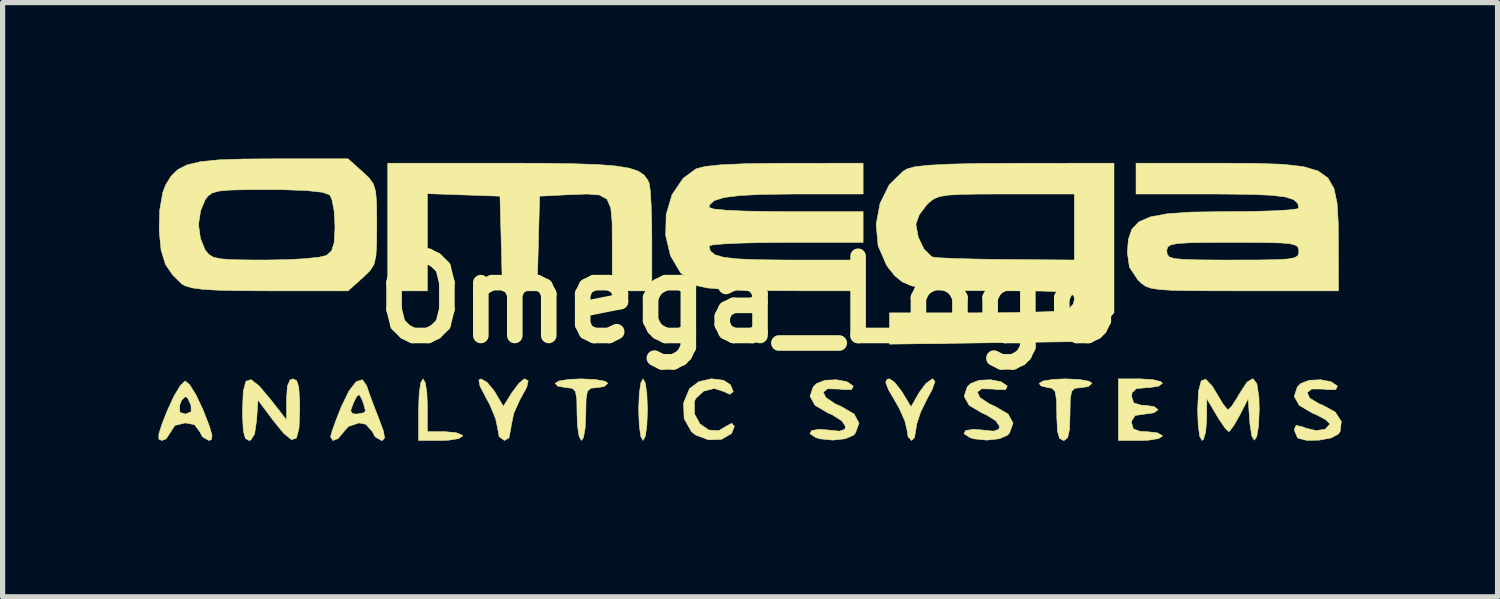
<source format=kicad_pcb>
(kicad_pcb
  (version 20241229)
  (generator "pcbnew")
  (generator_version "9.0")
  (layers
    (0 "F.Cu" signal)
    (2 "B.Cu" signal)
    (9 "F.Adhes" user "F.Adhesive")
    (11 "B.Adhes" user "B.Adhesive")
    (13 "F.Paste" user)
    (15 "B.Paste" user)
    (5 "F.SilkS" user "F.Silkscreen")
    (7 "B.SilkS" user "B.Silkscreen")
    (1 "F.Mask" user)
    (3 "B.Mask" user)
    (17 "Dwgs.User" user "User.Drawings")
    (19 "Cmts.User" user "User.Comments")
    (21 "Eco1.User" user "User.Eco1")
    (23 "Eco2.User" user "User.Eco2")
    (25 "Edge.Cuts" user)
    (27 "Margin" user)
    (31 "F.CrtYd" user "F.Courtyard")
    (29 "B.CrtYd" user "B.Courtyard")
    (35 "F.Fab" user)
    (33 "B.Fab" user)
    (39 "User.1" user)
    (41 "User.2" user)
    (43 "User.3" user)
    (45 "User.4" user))
  (footprint "Omega_Logo"
    (layer "F.Cu")
    (at 11.352 2.714)
    (property "Reference" "Omega_Logo" (at 0 0 0) (layer "F.SilkS") (effects (font (size 1.524 1.524) (thickness 0.3))))
    (attr through_hole)
    (fp_poly (pts (xy -1.989 1.602) (xy -1.959 1.812) (xy -1.947 2.116) (xy -1.947 2.117) (xy -1.959 2.421) (xy -1.989 2.631) (xy -2.032 2.709) (xy -2.032 2.709) (xy -2.075 2.631) (xy -2.105 2.421) (xy -2.117 2.117) (xy -2.117 2.117) (xy -2.105 1.813) (xy -2.075 1.603) (xy -2.032 1.524) (xy -2.032 1.524) (xy -1.989 1.602)) (stroke (width 0.01) (type solid)) (fill yes) (layer "F.SilkS"))
    (fp_poly (pts (xy -6.22 1.601) (xy -6.19 1.803) (xy -6.181 2.032) (xy -6.181 2.54) (xy -5.842 2.54) (xy -5.63 2.559) (xy -5.512 2.606) (xy -5.503 2.625) (xy -5.579 2.673) (xy -5.774 2.704) (xy -5.927 2.709) (xy -6.35 2.709) (xy -6.35 2.117) (xy -6.339 1.813) (xy -6.309 1.603) (xy -6.265 1.524) (xy -6.265 1.524) (xy -6.22 1.601)) (stroke (width 0.01) (type solid)) (fill yes) (layer "F.SilkS"))
    (fp_poly (pts (xy -4.242 1.56) (xy -4.268 1.682) (xy -4.394 1.913) (xy -4.403 1.928) (xy -4.518 2.183) (xy -4.571 2.436) (xy -4.572 2.457) (xy -4.61 2.658) (xy -4.699 2.709) (xy -4.801 2.635) (xy -4.826 2.492) (xy -4.868 2.291) (xy -4.976 2.029) (xy -5.046 1.899) (xy -5.168 1.665) (xy -5.191 1.547) (xy -5.149 1.524) (xy -5.032 1.591) (xy -4.896 1.755) (xy -4.876 1.788) (xy -4.72 2.052) (xy -4.553 1.788) (xy -4.425 1.615) (xy -4.323 1.527) (xy -4.31 1.524) (xy -4.242 1.56)) (stroke (width 0.01) (type solid)) (fill yes) (layer "F.SilkS"))
    (fp_poly (pts (xy 2.807 1.59) (xy 2.934 1.752) (xy 2.96 1.793) (xy 3.123 2.062) (xy 3.276 1.793) (xy 3.406 1.616) (xy 3.527 1.527) (xy 3.543 1.525) (xy 3.584 1.577) (xy 3.524 1.741) (xy 3.437 1.899) (xy 3.308 2.162) (xy 3.229 2.403) (xy 3.217 2.492) (xy 3.189 2.654) (xy 3.133 2.709) (xy 3.066 2.638) (xy 3.048 2.519) (xy 3.004 2.332) (xy 2.894 2.087) (xy 2.839 1.99) (xy 2.691 1.735) (xy 2.635 1.591) (xy 2.664 1.531) (xy 2.711 1.524) (xy 2.807 1.59)) (stroke (width 0.01) (type solid)) (fill yes) (layer "F.SilkS"))
    (fp_poly (pts (xy -2.947 1.537) (xy -2.763 1.57) (xy -2.709 1.609) (xy -2.782 1.672) (xy -2.921 1.693) (xy -3.038 1.704) (xy -3.102 1.763) (xy -3.128 1.909) (xy -3.133 2.184) (xy -3.133 2.201) (xy -3.146 2.472) (xy -3.179 2.655) (xy -3.217 2.709) (xy -3.262 2.632) (xy -3.293 2.431) (xy -3.302 2.201) (xy -3.306 1.92) (xy -3.331 1.768) (xy -3.392 1.706) (xy -3.506 1.693) (xy -3.514 1.693) (xy -3.673 1.664) (xy -3.725 1.609) (xy -3.648 1.564) (xy -3.447 1.533) (xy -3.217 1.524) (xy -2.947 1.537)) (stroke (width 0.01) (type solid)) (fill yes) (layer "F.SilkS"))
    (fp_poly (pts (xy -0.48 1.552) (xy -0.35 1.638) (xy -0.297 1.769) (xy -0.362 1.821) (xy -0.478 1.768) (xy -0.664 1.708) (xy -0.87 1.762) (xy -1.021 1.904) (xy -1.045 1.966) (xy -1.043 2.199) (xy -0.937 2.391) (xy -0.768 2.508) (xy -0.576 2.52) (xy -0.442 2.44) (xy -0.326 2.378) (xy -0.275 2.436) (xy -0.325 2.566) (xy -0.337 2.58) (xy -0.524 2.688) (xy -0.774 2.696) (xy -1.017 2.606) (xy -1.101 2.54) (xy -1.242 2.289) (xy -1.253 1.989) (xy -1.138 1.712) (xy -0.96 1.578) (xy -0.717 1.522) (xy -0.48 1.552)) (stroke (width 0.01) (type solid)) (fill yes) (layer "F.SilkS"))
    (fp_poly (pts (xy 6.367 1.537) (xy 6.55 1.57) (xy 6.604 1.609) (xy 6.532 1.672) (xy 6.392 1.693) (xy 6.275 1.704) (xy 6.212 1.763) (xy 6.186 1.909) (xy 6.181 2.184) (xy 6.181 2.201) (xy 6.171 2.496) (xy 6.136 2.655) (xy 6.069 2.708) (xy 6.054 2.709) (xy 5.98 2.67) (xy 5.94 2.532) (xy 5.927 2.263) (xy 5.927 2.201) (xy 5.92 1.918) (xy 5.893 1.764) (xy 5.832 1.703) (xy 5.757 1.693) (xy 5.62 1.658) (xy 5.588 1.609) (xy 5.665 1.564) (xy 5.867 1.533) (xy 6.096 1.524) (xy 6.367 1.537)) (stroke (width 0.01) (type solid)) (fill yes) (layer "F.SilkS"))
    (fp_poly (pts (xy -8.694 1.559) (xy -8.655 1.684) (xy -8.638 1.931) (xy -8.636 2.117) (xy -8.65 2.471) (xy -8.699 2.662) (xy -8.794 2.694) (xy -8.946 2.571) (xy -9.149 2.32) (xy -9.44 1.931) (xy -9.466 2.32) (xy -9.505 2.586) (xy -9.579 2.701) (xy -9.614 2.709) (xy -9.681 2.67) (xy -9.72 2.534) (xy -9.735 2.27) (xy -9.737 2.117) (xy -9.722 1.762) (xy -9.672 1.571) (xy -9.573 1.538) (xy -9.416 1.661) (xy -9.198 1.919) (xy -8.89 2.314) (xy -8.89 1.919) (xy -8.874 1.663) (xy -8.821 1.543) (xy -8.763 1.524) (xy -8.694 1.559)) (stroke (width 0.01) (type solid)) (fill yes) (layer "F.SilkS"))
    (fp_poly (pts (xy 7.777 1.539) (xy 7.93 1.578) (xy 7.959 1.609) (xy 7.884 1.665) (xy 7.701 1.693) (xy 7.662 1.693) (xy 7.458 1.712) (xy 7.376 1.786) (xy 7.366 1.863) (xy 7.406 1.987) (xy 7.554 2.03) (xy 7.62 2.032) (xy 7.798 2.057) (xy 7.874 2.116) (xy 7.874 2.117) (xy 7.8 2.176) (xy 7.623 2.201) (xy 7.62 2.201) (xy 7.434 2.228) (xy 7.369 2.327) (xy 7.366 2.371) (xy 7.399 2.487) (xy 7.529 2.534) (xy 7.662 2.54) (xy 7.858 2.561) (xy 7.956 2.614) (xy 7.959 2.625) (xy 7.883 2.673) (xy 7.688 2.704) (xy 7.535 2.709) (xy 7.112 2.709) (xy 7.112 1.524) (xy 7.535 1.524) (xy 7.777 1.539)) (stroke (width 0.01) (type solid)) (fill yes) (layer "F.SilkS"))
    (fp_poly (pts (xy -3.95 -2.623) (xy -3.356 -2.614) (xy -2.894 -2.598) (xy -2.548 -2.57) (xy -2.297 -2.529) (xy -2.125 -2.472) (xy -2.013 -2.396) (xy -1.942 -2.3) (xy -1.915 -2.24) (xy -1.894 -2.103) (xy -1.877 -1.838) (xy -1.866 -1.483) (xy -1.863 -1.136) (xy -1.863 -0.169) (xy -2.625 -0.169) (xy -2.625 -1.057) (xy -2.627 -1.482) (xy -2.653 -1.765) (xy -2.726 -1.933) (xy -2.871 -2.013) (xy -3.115 -2.032) (xy -3.482 -2.017) (xy -3.517 -2.016) (xy -4.022 -1.99) (xy -4.046 -1.079) (xy -4.07 -0.169) (xy -4.736 -0.169) (xy -4.76 -1.079) (xy -4.784 -1.99) (xy -6.181 -2.039) (xy -6.181 -0.169) (xy -6.943 -0.169) (xy -6.943 -2.625) (xy -4.695 -2.625) (xy -3.95 -2.623)) (stroke (width 0.01) (type solid)) (fill yes) (layer "F.SilkS"))
    (fp_poly (pts (xy -10.752 1.639) (xy -10.633 1.831) (xy -10.504 2.103) (xy -10.489 2.138) (xy -10.373 2.438) (xy -10.323 2.613) (xy -10.336 2.694) (xy -10.385 2.709) (xy -10.509 2.638) (xy -10.559 2.54) (xy -10.662 2.404) (xy -10.837 2.371) (xy -11.039 2.42) (xy -11.116 2.54) (xy -11.206 2.678) (xy -11.29 2.709) (xy -11.347 2.683) (xy -11.346 2.583) (xy -11.282 2.383) (xy -11.185 2.138) (xy -11.136 2.032) (xy -10.947 2.032) (xy -10.942 2.168) (xy -10.837 2.201) (xy -10.725 2.157) (xy -10.728 2.032) (xy -10.791 1.895) (xy -10.837 1.863) (xy -10.908 1.933) (xy -10.947 2.032) (xy -11.136 2.032) (xy -11.057 1.859) (xy -10.935 1.656) (xy -10.845 1.567) (xy -10.837 1.566) (xy -10.752 1.639)) (stroke (width 0.01) (type solid)) (fill yes) (layer "F.SilkS"))
    (fp_poly (pts (xy 1.89 1.579) (xy 2.006 1.658) (xy 2.01 1.668) (xy 1.978 1.73) (xy 1.81 1.73) (xy 1.741 1.72) (xy 1.518 1.715) (xy 1.434 1.778) (xy 1.485 1.884) (xy 1.669 2.007) (xy 1.778 2.055) (xy 2.028 2.201) (xy 2.122 2.376) (xy 2.054 2.564) (xy 2.015 2.608) (xy 1.857 2.676) (xy 1.616 2.702) (xy 1.373 2.678) (xy 1.291 2.653) (xy 1.179 2.578) (xy 1.209 2.519) (xy 1.353 2.494) (xy 1.524 2.507) (xy 1.747 2.53) (xy 1.847 2.496) (xy 1.863 2.437) (xy 1.791 2.332) (xy 1.61 2.216) (xy 1.524 2.179) (xy 1.277 2.033) (xy 1.18 1.86) (xy 1.24 1.68) (xy 1.307 1.613) (xy 1.468 1.551) (xy 1.687 1.541) (xy 1.89 1.579)) (stroke (width 0.01) (type solid)) (fill yes) (layer "F.SilkS"))
    (fp_poly (pts (xy 4.853 1.579) (xy 4.969 1.658) (xy 4.973 1.668) (xy 4.942 1.73) (xy 4.773 1.73) (xy 4.705 1.72) (xy 4.482 1.715) (xy 4.397 1.778) (xy 4.449 1.884) (xy 4.633 2.007) (xy 4.741 2.055) (xy 4.991 2.201) (xy 5.085 2.376) (xy 5.018 2.564) (xy 4.978 2.608) (xy 4.821 2.676) (xy 4.579 2.702) (xy 4.336 2.678) (xy 4.255 2.653) (xy 4.142 2.578) (xy 4.172 2.519) (xy 4.317 2.494) (xy 4.487 2.507) (xy 4.711 2.53) (xy 4.81 2.496) (xy 4.826 2.437) (xy 4.754 2.332) (xy 4.573 2.216) (xy 4.487 2.179) (xy 4.241 2.033) (xy 4.144 1.86) (xy 4.204 1.68) (xy 4.27 1.613) (xy 4.432 1.551) (xy 4.65 1.541) (xy 4.853 1.579)) (stroke (width 0.01) (type solid)) (fill yes) (layer "F.SilkS"))
    (fp_poly (pts (xy -7.349 1.655) (xy -7.345 1.668) (xy -7.29 1.83) (xy -7.196 2.081) (xy -7.124 2.265) (xy -7.028 2.523) (xy -7.003 2.66) (xy -7.045 2.708) (xy -7.065 2.709) (xy -7.185 2.639) (xy -7.239 2.54) (xy -7.363 2.398) (xy -7.496 2.371) (xy -7.698 2.439) (xy -7.789 2.54) (xy -7.895 2.67) (xy -7.997 2.71) (xy -8.043 2.641) (xy -8.043 2.639) (xy -8.014 2.529) (xy -7.936 2.312) (xy -7.867 2.138) (xy -7.658 2.138) (xy -7.618 2.195) (xy -7.534 2.201) (xy -7.4 2.175) (xy -7.372 2.138) (xy -7.405 2.013) (xy -7.439 1.918) (xy -7.491 1.825) (xy -7.544 1.867) (xy -7.601 1.982) (xy -7.658 2.138) (xy -7.867 2.138) (xy -7.84 2.068) (xy -7.689 1.756) (xy -7.549 1.577) (xy -7.431 1.54) (xy -7.349 1.655)) (stroke (width 0.01) (type solid)) (fill yes) (layer "F.SilkS"))
    (fp_poly (pts (xy 11.203 1.579) (xy 11.319 1.658) (xy 11.323 1.668) (xy 11.292 1.73) (xy 11.123 1.73) (xy 11.055 1.72) (xy 10.831 1.719) (xy 10.743 1.788) (xy 10.792 1.895) (xy 10.978 2.006) (xy 11.045 2.031) (xy 11.283 2.163) (xy 11.4 2.343) (xy 11.377 2.535) (xy 11.342 2.586) (xy 11.201 2.661) (xy 10.974 2.703) (xy 10.739 2.708) (xy 10.573 2.667) (xy 10.555 2.653) (xy 10.502 2.524) (xy 10.499 2.485) (xy 10.532 2.418) (xy 10.659 2.448) (xy 10.705 2.468) (xy 10.913 2.519) (xy 11.09 2.493) (xy 11.175 2.401) (xy 11.176 2.386) (xy 11.105 2.313) (xy 10.925 2.216) (xy 10.837 2.179) (xy 10.591 2.033) (xy 10.494 1.86) (xy 10.554 1.68) (xy 10.62 1.613) (xy 10.782 1.551) (xy 11 1.541) (xy 11.203 1.579)) (stroke (width 0.01) (type solid)) (fill yes) (layer "F.SilkS"))
    (fp_poly (pts (xy 9.775 1.616) (xy 9.815 1.877) (xy 9.821 2.117) (xy 9.807 2.438) (xy 9.772 2.637) (xy 9.726 2.703) (xy 9.679 2.625) (xy 9.642 2.392) (xy 9.635 2.307) (xy 9.609 1.905) (xy 9.445 2.223) (xy 9.334 2.418) (xy 9.251 2.529) (xy 9.234 2.539) (xy 9.166 2.473) (xy 9.051 2.306) (xy 9 2.222) (xy 8.813 1.905) (xy 8.809 2.307) (xy 8.791 2.542) (xy 8.749 2.687) (xy 8.721 2.709) (xy 8.677 2.631) (xy 8.647 2.421) (xy 8.636 2.117) (xy 8.636 2.117) (xy 8.653 1.757) (xy 8.705 1.562) (xy 8.792 1.53) (xy 8.917 1.663) (xy 9.011 1.82) (xy 9.124 2.008) (xy 9.208 2.11) (xy 9.223 2.117) (xy 9.292 2.049) (xy 9.4 1.882) (xy 9.434 1.82) (xy 9.585 1.588) (xy 9.698 1.519) (xy 9.775 1.616)) (stroke (width 0.01) (type solid)) (fill yes) (layer "F.SilkS"))
    (fp_poly (pts (xy 2.201 -2.032) (xy 0.883 -2.032) (xy 0.284 -2.025) (xy -0.164 -2.004) (xy -0.474 -1.965) (xy -0.665 -1.905) (xy -0.752 -1.824) (xy -0.762 -1.775) (xy -0.68 -1.745) (xy -0.447 -1.721) (xy -0.079 -1.704) (xy 0.405 -1.695) (xy 0.72 -1.693) (xy 2.201 -1.693) (xy 2.201 -1.101) (xy 0.72 -1.101) (xy 0.24 -1.097) (xy -0.175 -1.087) (xy -0.498 -1.071) (xy -0.702 -1.052) (xy -0.762 -1.033) (xy -0.738 -0.936) (xy -0.654 -0.865) (xy -0.487 -0.816) (xy -0.217 -0.784) (xy 0.177 -0.768) (xy 0.715 -0.762) (xy 0.821 -0.762) (xy 2.201 -0.762) (xy 2.201 -0.169) (xy 0.699 -0.171) (xy 0.044 -0.177) (xy -0.451 -0.195) (xy -0.793 -0.225) (xy -0.991 -0.268) (xy -1.013 -0.278) (xy -1.31 -0.515) (xy -1.505 -0.847) (xy -1.597 -1.235) (xy -1.587 -1.638) (xy -1.475 -2.018) (xy -1.26 -2.335) (xy -1.013 -2.516) (xy -0.842 -2.562) (xy -0.529 -2.594) (xy -0.065 -2.615) (xy 0.558 -2.623) (xy 0.699 -2.623) (xy 2.201 -2.625) (xy 2.201 -2.032)) (stroke (width 0.01) (type solid)) (fill yes) (layer "F.SilkS"))
    (fp_poly (pts (xy 7.027 0.251) (xy 6.78 0.528) (xy 6.534 0.804) (xy 2.709 0.856) (xy 2.709 0.254) (xy 4.353 0.254) (xy 4.871 0.251) (xy 5.336 0.244) (xy 5.72 0.233) (xy 5.993 0.22) (xy 6.128 0.204) (xy 6.131 0.203) (xy 6.244 0.085) (xy 6.265 -0.009) (xy 6.256 -0.066) (xy 6.213 -0.108) (xy 6.113 -0.137) (xy 5.933 -0.155) (xy 5.649 -0.165) (xy 5.24 -0.169) (xy 4.763 -0.171) (xy 4.164 -0.174) (xy 3.709 -0.187) (xy 3.372 -0.216) (xy 3.127 -0.267) (xy 2.949 -0.345) (xy 2.812 -0.458) (xy 2.689 -0.61) (xy 2.648 -0.67) (xy 2.489 -1.037) (xy 2.452 -1.447) (xy 2.452 -1.447) (xy 3.217 -1.447) (xy 3.262 -1.199) (xy 3.372 -0.972) (xy 3.514 -0.831) (xy 3.547 -0.818) (xy 3.676 -0.805) (xy 3.941 -0.792) (xy 4.31 -0.782) (xy 4.747 -0.774) (xy 4.974 -0.772) (xy 6.265 -0.762) (xy 6.265 -2.032) (xy 4.949 -2.032) (xy 4.449 -2.031) (xy 4.09 -2.025) (xy 3.843 -2.011) (xy 3.678 -1.985) (xy 3.567 -1.942) (xy 3.481 -1.878) (xy 3.425 -1.824) (xy 3.282 -1.635) (xy 3.218 -1.457) (xy 3.217 -1.447) (xy 2.452 -1.447) (xy 2.527 -1.852) (xy 2.704 -2.209) (xy 2.975 -2.473) (xy 3.051 -2.516) (xy 3.193 -2.556) (xy 3.455 -2.585) (xy 3.848 -2.606) (xy 4.385 -2.619) (xy 5.078 -2.623) (xy 5.144 -2.623) (xy 7.027 -2.625) (xy 7.027 0.251)) (stroke (width 0.01) (type solid)) (fill yes) (layer "F.SilkS"))
    (fp_poly (pts (xy -7.431 -2.462) (xy -7.301 -2.34) (xy -7.22 -2.227) (xy -7.176 -2.082) (xy -7.158 -1.861) (xy -7.154 -1.521) (xy -7.154 -1.439) (xy -7.157 -1.072) (xy -7.171 -0.832) (xy -7.209 -0.675) (xy -7.282 -0.56) (xy -7.402 -0.443) (xy -7.431 -0.416) (xy -7.707 -0.169) (xy -9.211 -0.169) (xy -9.777 -0.172) (xy -10.198 -0.181) (xy -10.499 -0.198) (xy -10.705 -0.226) (xy -10.84 -0.266) (xy -10.904 -0.301) (xy -11.081 -0.475) (xy -11.219 -0.678) (xy -11.304 -0.958) (xy -11.34 -1.329) (xy -11.337 -1.439) (xy -10.583 -1.439) (xy -10.546 -1.177) (xy -10.456 -0.956) (xy -10.452 -0.95) (xy -10.385 -0.87) (xy -10.297 -0.817) (xy -10.154 -0.785) (xy -9.926 -0.768) (xy -9.58 -0.763) (xy -9.303 -0.762) (xy -8.891 -0.769) (xy -8.529 -0.788) (xy -8.259 -0.817) (xy -8.122 -0.85) (xy -8.026 -0.935) (xy -7.975 -1.088) (xy -7.959 -1.355) (xy -7.959 -1.425) (xy -7.975 -1.709) (xy -8.018 -1.93) (xy -8.06 -2.015) (xy -8.198 -2.065) (xy -8.497 -2.098) (xy -8.959 -2.115) (xy -9.241 -2.117) (xy -9.688 -2.115) (xy -9.996 -2.107) (xy -10.197 -2.087) (xy -10.322 -2.051) (xy -10.4 -1.993) (xy -10.452 -1.928) (xy -10.543 -1.712) (xy -10.583 -1.449) (xy -10.583 -1.439) (xy -11.337 -1.439) (xy -11.33 -1.72) (xy -11.271 -2.06) (xy -11.217 -2.204) (xy -11.112 -2.374) (xy -10.982 -2.502) (xy -10.803 -2.593) (xy -10.549 -2.653) (xy -10.197 -2.689) (xy -9.723 -2.705) (xy -9.15 -2.709) (xy -7.707 -2.709) (xy -7.431 -2.462)) (stroke (width 0.01) (type solid)) (fill yes) (layer "F.SilkS"))
    (fp_poly (pts (xy 9.744 -2.622) (xy 10.272 -2.604) (xy 10.669 -2.559) (xy 10.953 -2.475) (xy 11.143 -2.339) (xy 11.259 -2.138) (xy 11.318 -1.861) (xy 11.34 -1.494) (xy 11.343 -1.122) (xy 11.345 -0.169) (xy 9.521 -0.169) (xy 8.921 -0.17) (xy 8.467 -0.173) (xy 8.135 -0.18) (xy 7.903 -0.195) (xy 7.746 -0.219) (xy 7.64 -0.256) (xy 7.564 -0.307) (xy 7.492 -0.374) (xy 7.489 -0.377) (xy 7.324 -0.626) (xy 7.284 -0.906) (xy 7.286 -0.931) (xy 8.043 -0.931) (xy 8.052 -0.866) (xy 8.093 -0.82) (xy 8.194 -0.79) (xy 8.378 -0.773) (xy 8.671 -0.765) (xy 9.098 -0.762) (xy 9.313 -0.762) (xy 9.801 -0.763) (xy 10.145 -0.769) (xy 10.37 -0.782) (xy 10.501 -0.807) (xy 10.564 -0.846) (xy 10.582 -0.903) (xy 10.583 -0.931) (xy 10.575 -0.996) (xy 10.533 -1.042) (xy 10.433 -1.072) (xy 10.249 -1.09) (xy 9.956 -1.098) (xy 9.529 -1.101) (xy 9.313 -1.101) (xy 8.825 -1.1) (xy 8.481 -1.094) (xy 8.256 -1.081) (xy 8.125 -1.056) (xy 8.063 -1.017) (xy 8.044 -0.96) (xy 8.043 -0.931) (xy 7.286 -0.931) (xy 7.304 -1.161) (xy 7.372 -1.356) (xy 7.507 -1.497) (xy 7.73 -1.593) (xy 8.059 -1.653) (xy 8.516 -1.684) (xy 9.118 -1.693) (xy 9.223 -1.693) (xy 9.681 -1.697) (xy 10.074 -1.708) (xy 10.372 -1.725) (xy 10.548 -1.746) (xy 10.583 -1.761) (xy 10.561 -1.855) (xy 10.481 -1.925) (xy 10.323 -1.975) (xy 10.065 -2.007) (xy 9.688 -2.024) (xy 9.17 -2.031) (xy 8.915 -2.032) (xy 7.451 -2.032) (xy 7.451 -2.625) (xy 9.065 -2.625) (xy 9.744 -2.622)) (stroke (width 0.01) (type solid)) (fill yes) (layer "F.SilkS")))
  (gr_rect
    (start -3 -3)
    (end 25.757 8.43)
    (stroke (width 0.1) (type default))
    (fill no)
    (layer "Edge.Cuts")))
</source>
